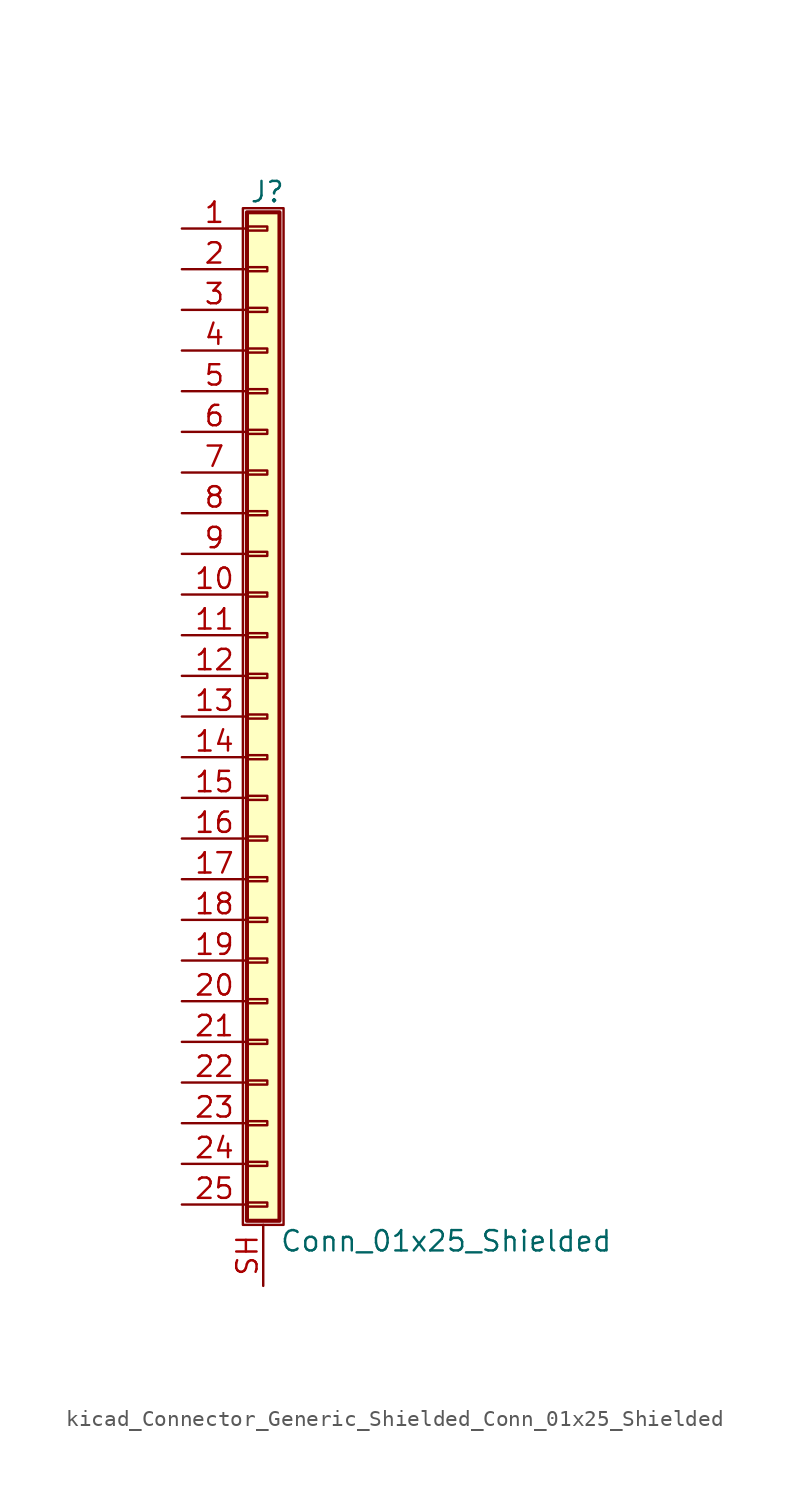
<source format=kicad_sym>
(kicad_symbol_lib
  (version 20220914)
  (generator kicad_symbol_editor)
  (symbol "kicad_Connector_Generic_Shielded_Conn_01x25_Shielded"
    (pin_names
      (offset 1.016) hide)
    (property "Reference" "J"
      (at 0.254 32.766 0)
      (effects (font (size 1.27 1.27))))
    (property "Value" "Conn_01x25_Shielded"
      (at 1.016 -32.766 0)
      (effects (font (size 1.27 1.27)) (justify left)))
    (symbol "kicad_Connector_Generic_Shielded_Conn_01x25_Shielded_1_1"
      (rectangle (start -1.27 31.75) (end 1.27 -31.75) (stroke (width 0.152) (type default)) (fill (type none)))
      (rectangle (start -1.016 -30.353) (end 0.254 -30.607) (stroke (width 0.152) (type default)) (fill (type none)))
      (rectangle (start -1.016 -27.813) (end 0.254 -28.067) (stroke (width 0.152) (type default)) (fill (type none)))
      (rectangle (start -1.016 -25.273) (end 0.254 -25.527) (stroke (width 0.152) (type default)) (fill (type none)))
      (rectangle (start -1.016 -22.733) (end 0.254 -22.987) (stroke (width 0.152) (type default)) (fill (type none)))
      (rectangle (start -1.016 -20.193) (end 0.254 -20.447) (stroke (width 0.152) (type default)) (fill (type none)))
      (rectangle (start -1.016 -17.653) (end 0.254 -17.907) (stroke (width 0.152) (type default)) (fill (type none)))
      (rectangle (start -1.016 -15.113) (end 0.254 -15.367) (stroke (width 0.152) (type default)) (fill (type none)))
      (rectangle (start -1.016 -12.573) (end 0.254 -12.827) (stroke (width 0.152) (type default)) (fill (type none)))
      (rectangle (start -1.016 -10.033) (end 0.254 -10.287) (stroke (width 0.152) (type default)) (fill (type none)))
      (rectangle (start -1.016 -7.493) (end 0.254 -7.747) (stroke (width 0.152) (type default)) (fill (type none)))
      (rectangle (start -1.016 -4.953) (end 0.254 -5.207) (stroke (width 0.152) (type default)) (fill (type none)))
      (rectangle (start -1.016 -2.413) (end 0.254 -2.667) (stroke (width 0.152) (type default)) (fill (type none)))
      (rectangle (start -1.016 0.127) (end 0.254 -0.127) (stroke (width 0.152) (type default)) (fill (type none)))
      (rectangle (start -1.016 2.667) (end 0.254 2.413) (stroke (width 0.152) (type default)) (fill (type none)))
      (rectangle (start -1.016 5.207) (end 0.254 4.953) (stroke (width 0.152) (type default)) (fill (type none)))
      (rectangle (start -1.016 7.747) (end 0.254 7.493) (stroke (width 0.152) (type default)) (fill (type none)))
      (rectangle (start -1.016 10.287) (end 0.254 10.033) (stroke (width 0.152) (type default)) (fill (type none)))
      (rectangle (start -1.016 12.827) (end 0.254 12.573) (stroke (width 0.152) (type default)) (fill (type none)))
      (rectangle (start -1.016 15.367) (end 0.254 15.113) (stroke (width 0.152) (type default)) (fill (type none)))
      (rectangle (start -1.016 17.907) (end 0.254 17.653) (stroke (width 0.152) (type default)) (fill (type none)))
      (rectangle (start -1.016 20.447) (end 0.254 20.193) (stroke (width 0.152) (type default)) (fill (type none)))
      (rectangle (start -1.016 22.987) (end 0.254 22.733) (stroke (width 0.152) (type default)) (fill (type none)))
      (rectangle (start -1.016 25.527) (end 0.254 25.273) (stroke (width 0.152) (type default)) (fill (type none)))
      (rectangle (start -1.016 28.067) (end 0.254 27.813) (stroke (width 0.152) (type default)) (fill (type none)))
      (rectangle (start -1.016 30.607) (end 0.254 30.353) (stroke (width 0.152) (type default)) (fill (type none)))
      (rectangle (start -1.016 31.496) (end 1.016 -31.496) (stroke (width 0.254) (type default)) (fill (type background)))
      (pin passive line (at -5.08 30.48 0) (length 4.064) (name "Pin_1" (effects (font (size 1.27 1.27)))) (number "1" (effects (font (size 1.27 1.27)))))
      (pin passive line (at -5.08 7.62 0) (length 4.064) (name "Pin_10" (effects (font (size 1.27 1.27)))) (number "10" (effects (font (size 1.27 1.27)))))
      (pin passive line (at -5.08 5.08 0) (length 4.064) (name "Pin_11" (effects (font (size 1.27 1.27)))) (number "11" (effects (font (size 1.27 1.27)))))
      (pin passive line (at -5.08 2.54 0) (length 4.064) (name "Pin_12" (effects (font (size 1.27 1.27)))) (number "12" (effects (font (size 1.27 1.27)))))
      (pin passive line (at -5.08 0 0) (length 4.064) (name "Pin_13" (effects (font (size 1.27 1.27)))) (number "13" (effects (font (size 1.27 1.27)))))
      (pin passive line (at -5.08 -2.54 0) (length 4.064) (name "Pin_14" (effects (font (size 1.27 1.27)))) (number "14" (effects (font (size 1.27 1.27)))))
      (pin passive line (at -5.08 -5.08 0) (length 4.064) (name "Pin_15" (effects (font (size 1.27 1.27)))) (number "15" (effects (font (size 1.27 1.27)))))
      (pin passive line (at -5.08 -7.62 0) (length 4.064) (name "Pin_16" (effects (font (size 1.27 1.27)))) (number "16" (effects (font (size 1.27 1.27)))))
      (pin passive line (at -5.08 -10.16 0) (length 4.064) (name "Pin_17" (effects (font (size 1.27 1.27)))) (number "17" (effects (font (size 1.27 1.27)))))
      (pin passive line (at -5.08 -12.7 0) (length 4.064) (name "Pin_18" (effects (font (size 1.27 1.27)))) (number "18" (effects (font (size 1.27 1.27)))))
      (pin passive line (at -5.08 -15.24 0) (length 4.064) (name "Pin_19" (effects (font (size 1.27 1.27)))) (number "19" (effects (font (size 1.27 1.27)))))
      (pin passive line (at -5.08 27.94 0) (length 4.064) (name "Pin_2" (effects (font (size 1.27 1.27)))) (number "2" (effects (font (size 1.27 1.27)))))
      (pin passive line (at -5.08 -17.78 0) (length 4.064) (name "Pin_20" (effects (font (size 1.27 1.27)))) (number "20" (effects (font (size 1.27 1.27)))))
      (pin passive line (at -5.08 -20.32 0) (length 4.064) (name "Pin_21" (effects (font (size 1.27 1.27)))) (number "21" (effects (font (size 1.27 1.27)))))
      (pin passive line (at -5.08 -22.86 0) (length 4.064) (name "Pin_22" (effects (font (size 1.27 1.27)))) (number "22" (effects (font (size 1.27 1.27)))))
      (pin passive line (at -5.08 -25.4 0) (length 4.064) (name "Pin_23" (effects (font (size 1.27 1.27)))) (number "23" (effects (font (size 1.27 1.27)))))
      (pin passive line (at -5.08 -27.94 0) (length 4.064) (name "Pin_24" (effects (font (size 1.27 1.27)))) (number "24" (effects (font (size 1.27 1.27)))))
      (pin passive line (at -5.08 -30.48 0) (length 4.064) (name "Pin_25" (effects (font (size 1.27 1.27)))) (number "25" (effects (font (size 1.27 1.27)))))
      (pin passive line (at -5.08 25.4 0) (length 4.064) (name "Pin_3" (effects (font (size 1.27 1.27)))) (number "3" (effects (font (size 1.27 1.27)))))
      (pin passive line (at -5.08 22.86 0) (length 4.064) (name "Pin_4" (effects (font (size 1.27 1.27)))) (number "4" (effects (font (size 1.27 1.27)))))
      (pin passive line (at -5.08 20.32 0) (length 4.064) (name "Pin_5" (effects (font (size 1.27 1.27)))) (number "5" (effects (font (size 1.27 1.27)))))
      (pin passive line (at -5.08 17.78 0) (length 4.064) (name "Pin_6" (effects (font (size 1.27 1.27)))) (number "6" (effects (font (size 1.27 1.27)))))
      (pin passive line (at -5.08 15.24 0) (length 4.064) (name "Pin_7" (effects (font (size 1.27 1.27)))) (number "7" (effects (font (size 1.27 1.27)))))
      (pin passive line (at -5.08 12.7 0) (length 4.064) (name "Pin_8" (effects (font (size 1.27 1.27)))) (number "8" (effects (font (size 1.27 1.27)))))
      (pin passive line (at -5.08 10.16 0) (length 4.064) (name "Pin_9" (effects (font (size 1.27 1.27)))) (number "9" (effects (font (size 1.27 1.27)))))
      (pin passive line (at 0 -35.56 90) (length 3.81) (name "Shield" (effects (font (size 1.27 1.27)))) (number "SH" (effects (font (size 1.27 1.27))))))))
</source>
